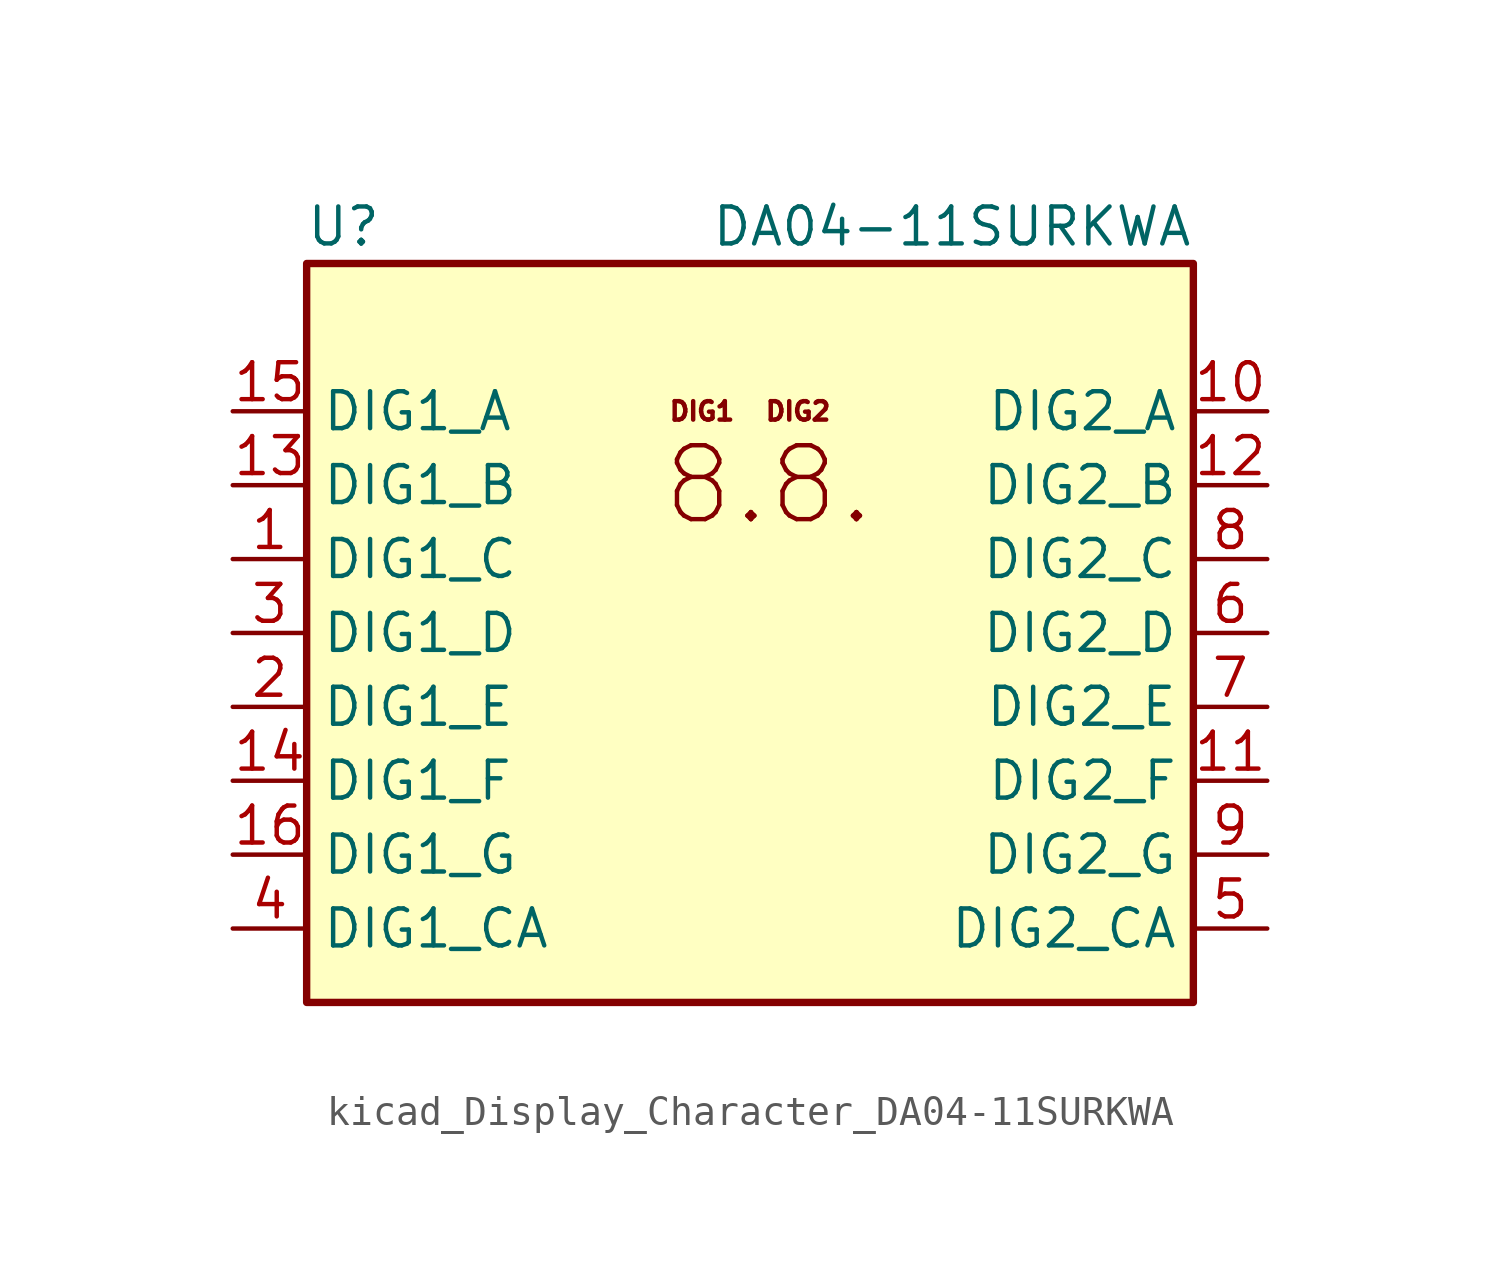
<source format=kicad_sym>
(kicad_symbol_lib
  (version 20220914)
  (generator kicad_symbol_editor)
  (symbol "kicad_Display_Character_DA04-11SURKWA"
    (property "Reference" "U"
      (at -13.97 13.97 0)
      (effects (font (size 1.27 1.27))))
    (property "Value" "DA04-11SURKWA"
      (at 15.24 13.97 0)
      (effects (font (size 1.27 1.27)) (justify right)))
    (symbol "kicad_Display_Character_DA04-11SURKWA_0_0"
      (text "8.8." (at 0.635 5.08 0) (effects (font (size 2.54 2.54))))
      (text "DIG1" (at -1.651 7.62 0) (effects (font (size 0.635 0.635))))
      (text "DIG2" (at 1.651 7.62 0) (effects (font (size 0.635 0.635)))))
    (symbol "kicad_Display_Character_DA04-11SURKWA_0_1"
      (rectangle (start -15.24 12.7) (end 15.24 -12.7) (stroke (width 0.254) (type default)) (fill (type background))))
    (symbol "kicad_Display_Character_DA04-11SURKWA_1_1"
      (pin input line (at -17.78 2.54 0) (length 2.54) (name "DIG1_C" (effects (font (size 1.27 1.27)))) (number "1" (effects (font (size 1.27 1.27)))))
      (pin input line (at 17.78 7.62 180) (length 2.54) (name "DIG2_A" (effects (font (size 1.27 1.27)))) (number "10" (effects (font (size 1.27 1.27)))))
      (pin input line (at 17.78 -5.08 180) (length 2.54) (name "DIG2_F" (effects (font (size 1.27 1.27)))) (number "11" (effects (font (size 1.27 1.27)))))
      (pin input line (at 17.78 5.08 180) (length 2.54) (name "DIG2_B" (effects (font (size 1.27 1.27)))) (number "12" (effects (font (size 1.27 1.27)))))
      (pin input line (at -17.78 5.08 0) (length 2.54) (name "DIG1_B" (effects (font (size 1.27 1.27)))) (number "13" (effects (font (size 1.27 1.27)))))
      (pin input line (at -17.78 -5.08 0) (length 2.54) (name "DIG1_F" (effects (font (size 1.27 1.27)))) (number "14" (effects (font (size 1.27 1.27)))))
      (pin input line (at -17.78 7.62 0) (length 2.54) (name "DIG1_A" (effects (font (size 1.27 1.27)))) (number "15" (effects (font (size 1.27 1.27)))))
      (pin input line (at -17.78 -7.62 0) (length 2.54) (name "DIG1_G" (effects (font (size 1.27 1.27)))) (number "16" (effects (font (size 1.27 1.27)))))
      (pin input line (at -17.78 -2.54 0) (length 2.54) (name "DIG1_E" (effects (font (size 1.27 1.27)))) (number "2" (effects (font (size 1.27 1.27)))))
      (pin input line (at -17.78 0 0) (length 2.54) (name "DIG1_D" (effects (font (size 1.27 1.27)))) (number "3" (effects (font (size 1.27 1.27)))))
      (pin input line (at -17.78 -10.16 0) (length 2.54) (name "DIG1_CA" (effects (font (size 1.27 1.27)))) (number "4" (effects (font (size 1.27 1.27)))))
      (pin input line (at 17.78 -10.16 180) (length 2.54) (name "DIG2_CA" (effects (font (size 1.27 1.27)))) (number "5" (effects (font (size 1.27 1.27)))))
      (pin input line (at 17.78 0 180) (length 2.54) (name "DIG2_D" (effects (font (size 1.27 1.27)))) (number "6" (effects (font (size 1.27 1.27)))))
      (pin input line (at 17.78 -2.54 180) (length 2.54) (name "DIG2_E" (effects (font (size 1.27 1.27)))) (number "7" (effects (font (size 1.27 1.27)))))
      (pin input line (at 17.78 2.54 180) (length 2.54) (name "DIG2_C" (effects (font (size 1.27 1.27)))) (number "8" (effects (font (size 1.27 1.27)))))
      (pin input line (at 17.78 -7.62 180) (length 2.54) (name "DIG2_G" (effects (font (size 1.27 1.27)))) (number "9" (effects (font (size 1.27 1.27))))))))
</source>
